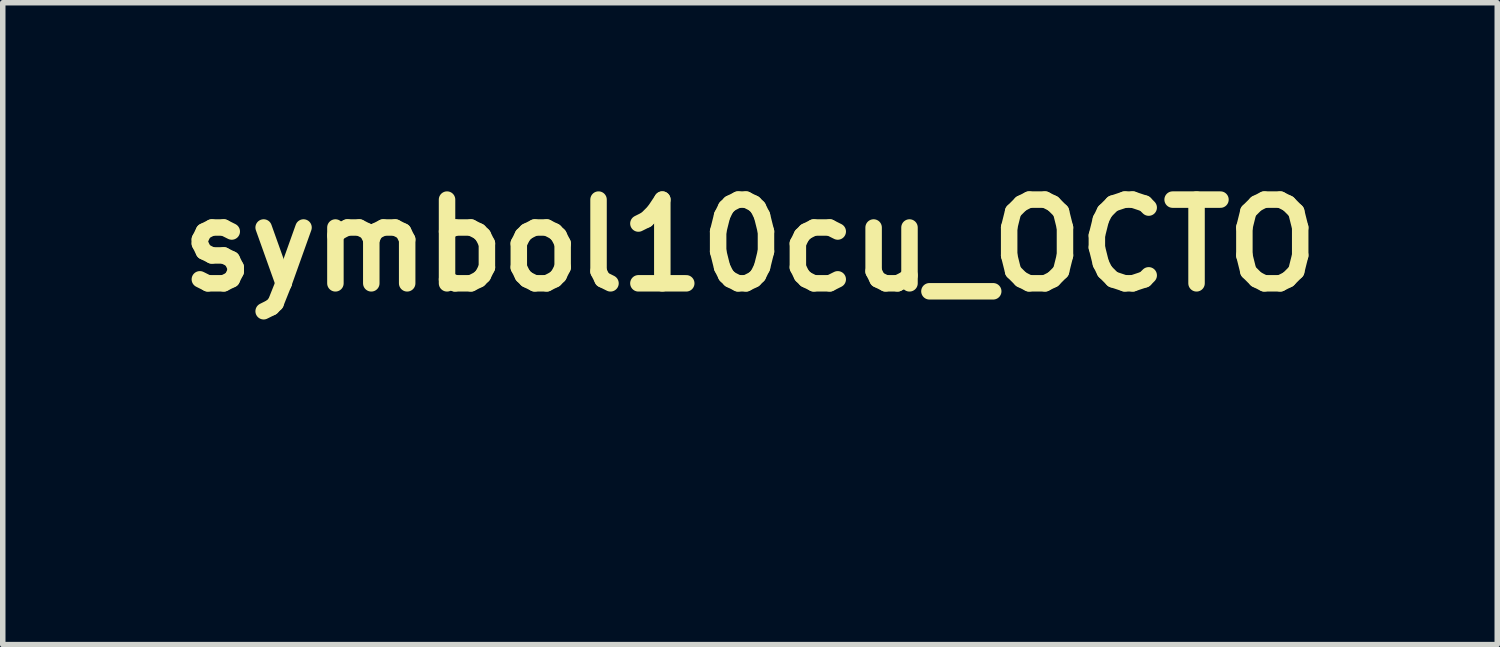
<source format=kicad_pcb>
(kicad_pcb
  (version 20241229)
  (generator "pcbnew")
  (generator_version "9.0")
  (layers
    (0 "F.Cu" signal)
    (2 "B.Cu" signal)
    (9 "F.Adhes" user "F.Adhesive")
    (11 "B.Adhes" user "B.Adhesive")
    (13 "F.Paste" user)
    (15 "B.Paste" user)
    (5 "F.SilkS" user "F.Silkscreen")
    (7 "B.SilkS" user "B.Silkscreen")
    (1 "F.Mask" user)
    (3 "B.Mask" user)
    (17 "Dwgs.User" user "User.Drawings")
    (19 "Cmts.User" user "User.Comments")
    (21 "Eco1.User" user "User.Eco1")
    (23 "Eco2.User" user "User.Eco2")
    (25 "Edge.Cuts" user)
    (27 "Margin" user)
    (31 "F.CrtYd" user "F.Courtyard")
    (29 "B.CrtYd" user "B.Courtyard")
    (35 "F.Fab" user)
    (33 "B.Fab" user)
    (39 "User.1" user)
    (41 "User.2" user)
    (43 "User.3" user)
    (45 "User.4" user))
  (footprint "symbol10cu_OCTO"
    (layer "F.Cu")
    (at 9.587 3.45)
    (property "Reference" "symbol10cu_OCTO" (at 1.016 -2.032 0) (layer "F.SilkS") (effects (font (size 1.524 1.524) (thickness 0.3))))
    (attr board_only exclude_from_pos_files exclude_from_bom)
    (fp_poly (pts (xy 2.458 -2.917) (xy 2.504 -2.912) (xy 2.63 -2.888) (xy 2.734 -2.852) (xy 2.819 -2.8) (xy 2.887 -2.731) (xy 2.94 -2.644) (xy 2.981 -2.535) (xy 2.99 -2.505) (xy 3 -2.45) (xy 3.008 -2.375) (xy 3.015 -2.287) (xy 3.019 -2.191) (xy 3.02 -2.095) (xy 3.019 -2.004) (xy 3.014 -1.925) (xy 3.01 -1.887) (xy 2.977 -1.72) (xy 2.926 -1.568) (xy 2.857 -1.433) (xy 2.771 -1.315) (xy 2.669 -1.217) (xy 2.553 -1.138) (xy 2.423 -1.082) (xy 2.376 -1.068) (xy 2.267 -1.048) (xy 2.146 -1.044) (xy 2.024 -1.054) (xy 1.927 -1.074) (xy 1.861 -1.092) (xy 1.816 -1.102) (xy 1.786 -1.104) (xy 1.766 -1.098) (xy 1.751 -1.084) (xy 1.738 -1.064) (xy 1.723 -1.022) (xy 1.714 -0.962) (xy 1.71 -0.889) (xy 1.712 -0.812) (xy 1.72 -0.738) (xy 1.733 -0.673) (xy 1.74 -0.65) (xy 1.795 -0.536) (xy 1.873 -0.428) (xy 1.975 -0.327) (xy 2.097 -0.234) (xy 2.239 -0.15) (xy 2.398 -0.075) (xy 2.573 -0.011) (xy 2.763 0.041) (xy 2.922 0.072) (xy 3.027 0.087) (xy 3.141 0.096) (xy 3.254 0.099) (xy 3.359 0.096) (xy 3.448 0.088) (xy 3.465 0.085) (xy 3.59 0.055) (xy 3.699 0.011) (xy 3.791 -0.046) (xy 3.863 -0.113) (xy 3.913 -0.189) (xy 3.94 -0.271) (xy 3.939 -0.343) (xy 3.916 -0.418) (xy 3.874 -0.49) (xy 3.816 -0.555) (xy 3.744 -0.607) (xy 3.73 -0.615) (xy 3.688 -0.637) (xy 3.657 -0.656) (xy 3.643 -0.667) (xy 3.643 -0.668) (xy 3.655 -0.68) (xy 3.685 -0.691) (xy 3.728 -0.7) (xy 3.774 -0.705) (xy 3.79 -0.706) (xy 3.864 -0.697) (xy 3.927 -0.669) (xy 3.982 -0.619) (xy 4.032 -0.545) (xy 4.046 -0.521) (xy 4.063 -0.469) (xy 4.073 -0.4) (xy 4.076 -0.321) (xy 4.071 -0.243) (xy 4.059 -0.178) (xy 4.035 -0.092) (xy 4.007 -0.026) (xy 3.973 0.028) (xy 3.928 0.078) (xy 3.868 0.128) (xy 3.735 0.222) (xy 3.597 0.292) (xy 3.453 0.342) (xy 3.3 0.369) (xy 3.137 0.375) (xy 2.963 0.36) (xy 2.774 0.325) (xy 2.66 0.295) (xy 2.61 0.28) (xy 2.54 0.257) (xy 2.455 0.227) (xy 2.359 0.193) (xy 2.256 0.155) (xy 2.152 0.116) (xy 2.125 0.106) (xy 1.947 0.038) (xy 1.792 -0.018) (xy 1.658 -0.066) (xy 1.542 -0.103) (xy 1.444 -0.132) (xy 1.362 -0.153) (xy 1.294 -0.165) (xy 1.239 -0.17) (xy 1.195 -0.169) (xy 1.172 -0.164) (xy 1.117 -0.138) (xy 1.062 -0.094) (xy 1.014 -0.038) (xy 0.979 0.024) (xy 0.973 0.041) (xy 0.948 0.152) (xy 0.942 0.267) (xy 0.956 0.379) (xy 0.988 0.481) (xy 0.992 0.489) (xy 1.022 0.54) (xy 1.061 0.593) (xy 1.104 0.641) (xy 1.145 0.676) (xy 1.16 0.685) (xy 1.193 0.697) (xy 1.249 0.713) (xy 1.326 0.732) (xy 1.423 0.753) (xy 1.537 0.777) (xy 1.665 0.802) (xy 1.716 0.811) (xy 1.884 0.844) (xy 2.027 0.876) (xy 2.147 0.909) (xy 2.245 0.942) (xy 2.322 0.975) (xy 2.382 1.011) (xy 2.42 1.044) (xy 2.438 1.066) (xy 2.448 1.088) (xy 2.453 1.119) (xy 2.455 1.166) (xy 2.455 1.188) (xy 2.445 1.291) (xy 2.414 1.38) (xy 2.362 1.455) (xy 2.288 1.516) (xy 2.191 1.566) (xy 2.071 1.603) (xy 2.069 1.603) (xy 1.986 1.619) (xy 1.896 1.628) (xy 1.805 1.631) (xy 1.72 1.627) (xy 1.648 1.617) (xy 1.597 1.602) (xy 1.566 1.586) (xy 1.554 1.573) (xy 1.563 1.563) (xy 1.595 1.556) (xy 1.651 1.549) (xy 1.697 1.545) (xy 1.834 1.53) (xy 1.955 1.504) (xy 2.058 1.469) (xy 2.142 1.425) (xy 2.204 1.374) (xy 2.244 1.316) (xy 2.254 1.283) (xy 2.26 1.243) (xy 2.254 1.211) (xy 2.232 1.183) (xy 2.193 1.154) (xy 2.142 1.125) (xy 2.076 1.093) (xy 2.008 1.067) (xy 1.935 1.047) (xy 1.851 1.032) (xy 1.751 1.02) (xy 1.632 1.012) (xy 1.584 1.009) (xy 1.5 1.005) (xy 1.421 1) (xy 1.352 0.995) (xy 1.299 0.991) (xy 1.268 0.988) (xy 1.152 0.962) (xy 1.034 0.919) (xy 0.923 0.861) (xy 0.824 0.792) (xy 0.758 0.731) (xy 0.734 0.7) (xy 0.699 0.651) (xy 0.659 0.59) (xy 0.615 0.52) (xy 0.58 0.463) (xy 0.51 0.348) (xy 0.449 0.256) (xy 0.397 0.184) (xy 0.352 0.131) (xy 0.313 0.095) (xy 0.294 0.082) (xy 0.269 0.068) (xy 0.249 0.064) (xy 0.224 0.068) (xy 0.187 0.083) (xy 0.18 0.086) (xy 0.102 0.13) (xy 0.028 0.197) (xy -0.037 0.281) (xy -0.091 0.38) (xy -0.094 0.387) (xy -0.133 0.464) (xy -0.188 0.556) (xy -0.257 0.661) (xy -0.336 0.775) (xy -0.425 0.894) (xy -0.52 1.016) (xy -0.618 1.138) (xy -0.718 1.256) (xy -0.817 1.366) (xy -0.912 1.467) (xy -0.984 1.537) (xy -1.048 1.596) (xy -1.126 1.664) (xy -1.213 1.736) (xy -1.303 1.809) (xy -1.39 1.877) (xy -1.467 1.935) (xy -1.521 1.972) (xy -1.676 2.066) (xy -1.833 2.14) (xy -1.99 2.193) (xy -2.143 2.224) (xy -2.29 2.234) (xy -2.429 2.221) (xy -2.451 2.217) (xy -2.57 2.181) (xy -2.669 2.13) (xy -2.747 2.065) (xy -2.803 1.985) (xy -2.805 1.982) (xy -2.825 1.938) (xy -2.834 1.899) (xy -2.835 1.851) (xy -2.834 1.829) (xy -2.815 1.73) (xy -2.77 1.633) (xy -2.699 1.54) (xy -2.602 1.45) (xy -2.514 1.386) (xy -2.465 1.355) (xy -2.408 1.322) (xy -2.351 1.29) (xy -2.296 1.262) (xy -2.249 1.24) (xy -2.214 1.225) (xy -2.197 1.222) (xy -2.196 1.223) (xy -2.199 1.236) (xy -2.211 1.266) (xy -2.227 1.3) (xy -2.246 1.335) (xy -2.27 1.365) (xy -2.302 1.397) (xy -2.348 1.435) (xy -2.396 1.471) (xy -2.483 1.541) (xy -2.548 1.602) (xy -2.591 1.658) (xy -2.614 1.711) (xy -2.617 1.763) (xy -2.602 1.818) (xy -2.585 1.852) (xy -2.541 1.905) (xy -2.478 1.941) (xy -2.4 1.958) (xy -2.307 1.957) (xy -2.201 1.939) (xy -2.082 1.903) (xy -1.953 1.849) (xy -1.815 1.777) (xy -1.787 1.761) (xy -1.621 1.659) (xy -1.46 1.547) (xy -1.308 1.428) (xy -1.164 1.304) (xy -1.033 1.176) (xy -0.915 1.048) (xy -0.813 0.92) (xy -0.728 0.796) (xy -0.662 0.677) (xy -0.618 0.565) (xy -0.605 0.514) (xy -0.598 0.451) (xy -0.598 0.376) (xy -0.604 0.297) (xy -0.615 0.224) (xy -0.631 0.165) (xy -0.637 0.152) (xy -0.675 0.1) (xy -0.731 0.06) (xy -0.794 0.039) (xy -0.815 0.037) (xy -0.84 0.04) (xy -0.874 0.048) (xy -0.919 0.063) (xy -0.981 0.085) (xy -1.062 0.117) (xy -1.071 0.12) (xy -1.153 0.153) (xy -1.236 0.189) (xy -1.324 0.229) (xy -1.418 0.274) (xy -1.521 0.325) (xy -1.635 0.383) (xy -1.763 0.45) (xy -1.906 0.527) (xy -2.067 0.614) (xy -2.248 0.713) (xy -2.268 0.725) (xy -2.413 0.803) (xy -2.537 0.87) (xy -2.645 0.927) (xy -2.739 0.974) (xy -2.824 1.014) (xy -2.901 1.048) (xy -2.974 1.077) (xy -3.046 1.103) (xy -3.12 1.126) (xy -3.191 1.147) (xy -3.383 1.197) (xy -3.56 1.234) (xy -3.72 1.256) (xy -3.862 1.265) (xy -3.985 1.26) (xy -4.088 1.241) (xy -4.155 1.216) (xy -4.222 1.168) (xy -4.269 1.105) (xy -4.295 1.027) (xy -4.298 1.003) (xy -4.304 0.93) (xy -4.217 0.845) (xy -4.166 0.798) (xy -4.119 0.76) (xy -4.08 0.734) (xy -4.052 0.722) (xy -4.042 0.723) (xy -4.044 0.737) (xy -4.053 0.77) (xy -4.068 0.815) (xy -4.076 0.837) (xy -4.1 0.905) (xy -4.112 0.955) (xy -4.114 0.993) (xy -4.106 1.023) (xy -4.096 1.042) (xy -4.055 1.079) (xy -3.994 1.102) (xy -3.911 1.109) (xy -3.808 1.101) (xy -3.685 1.079) (xy -3.541 1.042) (xy -3.378 0.99) (xy -3.196 0.923) (xy -3.192 0.922) (xy -3.001 0.843) (xy -2.798 0.753) (xy -2.588 0.653) (xy -2.376 0.546) (xy -2.168 0.435) (xy -1.969 0.322) (xy -1.784 0.211) (xy -1.62 0.105) (xy -1.609 0.097) (xy -1.531 0.044) (xy -1.474 0.005) (xy -1.437 -0.022) (xy -1.419 -0.039) (xy -1.418 -0.047) (xy -1.435 -0.048) (xy -1.468 -0.043) (xy -1.516 -0.034) (xy -1.537 -0.031) (xy -1.636 -0.012) (xy -1.744 0.009) (xy -1.864 0.035) (xy -1.998 0.064) (xy -2.147 0.099) (xy -2.314 0.138) (xy -2.499 0.182) (xy -2.706 0.233) (xy -2.935 0.289) (xy -3.075 0.324) (xy -3.227 0.362) (xy -3.376 0.399) (xy -3.521 0.434) (xy -3.658 0.468) (xy -3.785 0.499) (xy -3.897 0.526) (xy -3.994 0.549) (xy -4.071 0.567) (xy -4.125 0.579) (xy -4.131 0.58) (xy -4.321 0.624) (xy -4.5 0.668) (xy -4.665 0.712) (xy -4.815 0.756) (xy -4.947 0.799) (xy -5.061 0.84) (xy -5.155 0.879) (xy -5.227 0.916) (xy -5.275 0.95) (xy -5.289 0.964) (xy -5.307 1.004) (xy -5.3 1.043) (xy -5.27 1.077) (xy -5.225 1.102) (xy -5.181 1.122) (xy -5.163 1.138) (xy -5.17 1.149) (xy -5.202 1.154) (xy -5.22 1.155) (xy -5.291 1.144) (xy -5.348 1.112) (xy -5.389 1.062) (xy -5.392 1.056) (xy -5.405 1.003) (xy -5.395 0.947) (xy -5.36 0.887) (xy -5.311 0.831) (xy -5.277 0.8) (xy -5.236 0.77) (xy -5.185 0.74) (xy -5.124 0.708) (xy -5.052 0.676) (xy -4.968 0.642) (xy -4.87 0.607) (xy -4.756 0.569) (xy -4.627 0.528) (xy -4.481 0.485) (xy -4.315 0.438) (xy -4.13 0.387) (xy -3.924 0.332) (xy -3.696 0.273) (xy -3.444 0.209) (xy -3.192 0.145) (xy -2.942 0.081) (xy -2.716 0.023) (xy -2.514 -0.03) (xy -2.333 -0.079) (xy -2.172 -0.125) (xy -2.031 -0.166) (xy -1.907 -0.205) (xy -1.799 -0.241) (xy -1.707 -0.274) (xy -1.628 -0.305) (xy -1.561 -0.335) (xy -1.544 -0.344) (xy -1.469 -0.385) (xy -1.42 -0.42) (xy -1.394 -0.451) (xy -1.392 -0.478) (xy -1.398 -0.489) (xy -1.429 -0.514) (xy -1.478 -0.544) (xy -1.54 -0.575) (xy -1.608 -0.604) (xy -1.675 -0.627) (xy -1.701 -0.634) (xy -1.812 -0.66) (xy -1.919 -0.678) (xy -2.033 -0.688) (xy -2.16 -0.692) (xy -2.207 -0.693) (xy -2.377 -0.688) (xy -2.549 -0.674) (xy -2.719 -0.653) (xy -2.885 -0.624) (xy -3.045 -0.589) (xy -3.194 -0.547) (xy -3.33 -0.501) (xy -3.449 -0.451) (xy -3.55 -0.397) (xy -3.628 -0.341) (xy -3.654 -0.317) (xy -3.683 -0.281) (xy -3.688 -0.252) (xy -3.669 -0.231) (xy -3.625 -0.214) (xy -3.606 -0.21) (xy -3.586 -0.205) (xy -3.568 -0.202) (xy -3.548 -0.201) (xy -3.524 -0.203) (xy -3.492 -0.208) (xy -3.447 -0.216) (xy -3.387 -0.228) (xy -3.308 -0.245) (xy -3.218 -0.264) (xy -3.143 -0.276) (xy -3.086 -0.279) (xy -3.049 -0.273) (xy -3.034 -0.256) (xy -3.034 -0.253) (xy -3.047 -0.216) (xy -3.083 -0.187) (xy -3.141 -0.166) (xy -3.149 -0.164) (xy -3.191 -0.154) (xy -3.251 -0.139) (xy -3.32 -0.119) (xy -3.391 -0.099) (xy -3.395 -0.097) (xy -3.526 -0.063) (xy -3.639 -0.042) (xy -3.733 -0.036) (xy -3.807 -0.044) (xy -3.861 -0.066) (xy -3.894 -0.101) (xy -3.905 -0.151) (xy -3.905 -0.151) (xy -3.895 -0.201) (xy -3.867 -0.262) (xy -3.825 -0.331) (xy -3.772 -0.402) (xy -3.711 -0.47) (xy -3.646 -0.533) (xy -3.581 -0.585) (xy -3.565 -0.595) (xy -3.411 -0.683) (xy -3.247 -0.755) (xy -3.071 -0.811) (xy -2.881 -0.853) (xy -2.674 -0.879) (xy -2.448 -0.892) (xy -2.321 -0.894) (xy -2.227 -0.893) (xy -2.136 -0.89) (xy -2.047 -0.886) (xy -1.956 -0.88) (xy -1.858 -0.871) (xy -1.752 -0.859) (xy -1.633 -0.844) (xy -1.498 -0.825) (xy -1.344 -0.802) (xy -1.187 -0.778) (xy -1.106 -0.768) (xy -1.016 -0.762) (xy -0.912 -0.76) (xy -0.817 -0.761) (xy -0.733 -0.763) (xy -0.67 -0.765) (xy -0.624 -0.768) (xy -0.589 -0.773) (xy -0.562 -0.78) (xy -0.538 -0.79) (xy -0.52 -0.798) (xy -0.465 -0.834) (xy -0.434 -0.876) (xy -0.425 -0.927) (xy -0.428 -0.958) (xy -0.447 -1.014) (xy -0.483 -1.055) (xy -0.538 -1.083) (xy -0.614 -1.098) (xy -0.695 -1.102) (xy -0.755 -1.105) (xy -0.833 -1.114) (xy -0.924 -1.127) (xy -1.022 -1.144) (xy -1.12 -1.164) (xy -1.189 -1.18) (xy -1.322 -1.219) (xy -1.437 -1.265) (xy -1.532 -1.317) (xy -1.606 -1.375) (xy -1.656 -1.437) (xy -1.675 -1.477) (xy -1.687 -1.556) (xy -1.676 -1.638) (xy -1.642 -1.723) (xy -1.587 -1.807) (xy -1.513 -1.889) (xy -1.421 -1.967) (xy -1.313 -2.04) (xy -1.192 -2.104) (xy -1.101 -2.143) (xy -0.966 -2.189) (xy -0.837 -2.219) (xy -0.707 -2.232) (xy -0.57 -2.229) (xy -0.42 -2.212) (xy -0.369 -2.204) (xy -0.262 -2.181) (xy -0.181 -2.157) (xy -0.124 -2.128) (xy -0.09 -2.096) (xy -0.078 -2.058) (xy -0.087 -2.014) (xy -0.104 -1.98) (xy -0.146 -1.935) (xy -0.212 -1.897) (xy -0.3 -1.865) (xy -0.409 -1.841) (xy -0.538 -1.824) (xy -0.563 -1.821) (xy -0.618 -1.818) (xy -0.651 -1.817) (xy -0.667 -1.822) (xy -0.672 -1.83) (xy -0.672 -1.832) (xy -0.661 -1.862) (xy -0.634 -1.896) (xy -0.597 -1.926) (xy -0.558 -1.946) (xy -0.556 -1.947) (xy -0.488 -1.972) (xy -0.443 -1.998) (xy -0.421 -2.022) (xy -0.423 -2.044) (xy -0.45 -2.063) (xy -0.456 -2.066) (xy -0.54 -2.084) (xy -0.64 -2.084) (xy -0.755 -2.065) (xy -0.884 -2.027) (xy -0.993 -1.985) (xy -1.124 -1.923) (xy -1.23 -1.86) (xy -1.311 -1.797) (xy -1.366 -1.733) (xy -1.395 -1.669) (xy -1.4 -1.627) (xy -1.396 -1.589) (xy -1.38 -1.557) (xy -1.351 -1.523) (xy -1.312 -1.49) (xy -1.261 -1.455) (xy -1.221 -1.433) (xy -1.129 -1.395) (xy -1.028 -1.368) (xy -0.915 -1.35) (xy -0.788 -1.343) (xy -0.646 -1.345) (xy -0.485 -1.358) (xy -0.305 -1.381) (xy -0.102 -1.413) (xy -0.04 -1.425) (xy 0.063 -1.444) (xy 0.144 -1.461) (xy 0.209 -1.479) (xy 0.262 -1.501) (xy 0.308 -1.53) (xy 0.351 -1.568) (xy 0.395 -1.619) (xy 0.446 -1.686) (xy 0.507 -1.771) (xy 0.509 -1.774) (xy 0.578 -1.867) (xy 0.642 -1.946) (xy 0.708 -2.019) (xy 0.785 -2.096) (xy 0.815 -2.125) (xy 0.916 -2.219) (xy 1.004 -2.297) (xy 1.081 -2.364) (xy 1.153 -2.422) (xy 1.225 -2.474) (xy 1.3 -2.525) (xy 1.384 -2.577) (xy 1.44 -2.611) (xy 1.603 -2.698) (xy 1.775 -2.771) (xy 1.963 -2.832) (xy 2.17 -2.883) (xy 2.204 -2.891) (xy 2.278 -2.905) (xy 2.333 -2.915) (xy 2.376 -2.919) (xy 2.416 -2.92)) (stroke (width 0) (type solid)) (fill yes) (layer "F.Mask")))
  (gr_rect
    (start -3 -3)
    (end 24.205 8.684)
    (stroke (width 0.1) (type default))
    (fill no)
    (layer "Edge.Cuts")))
</source>
